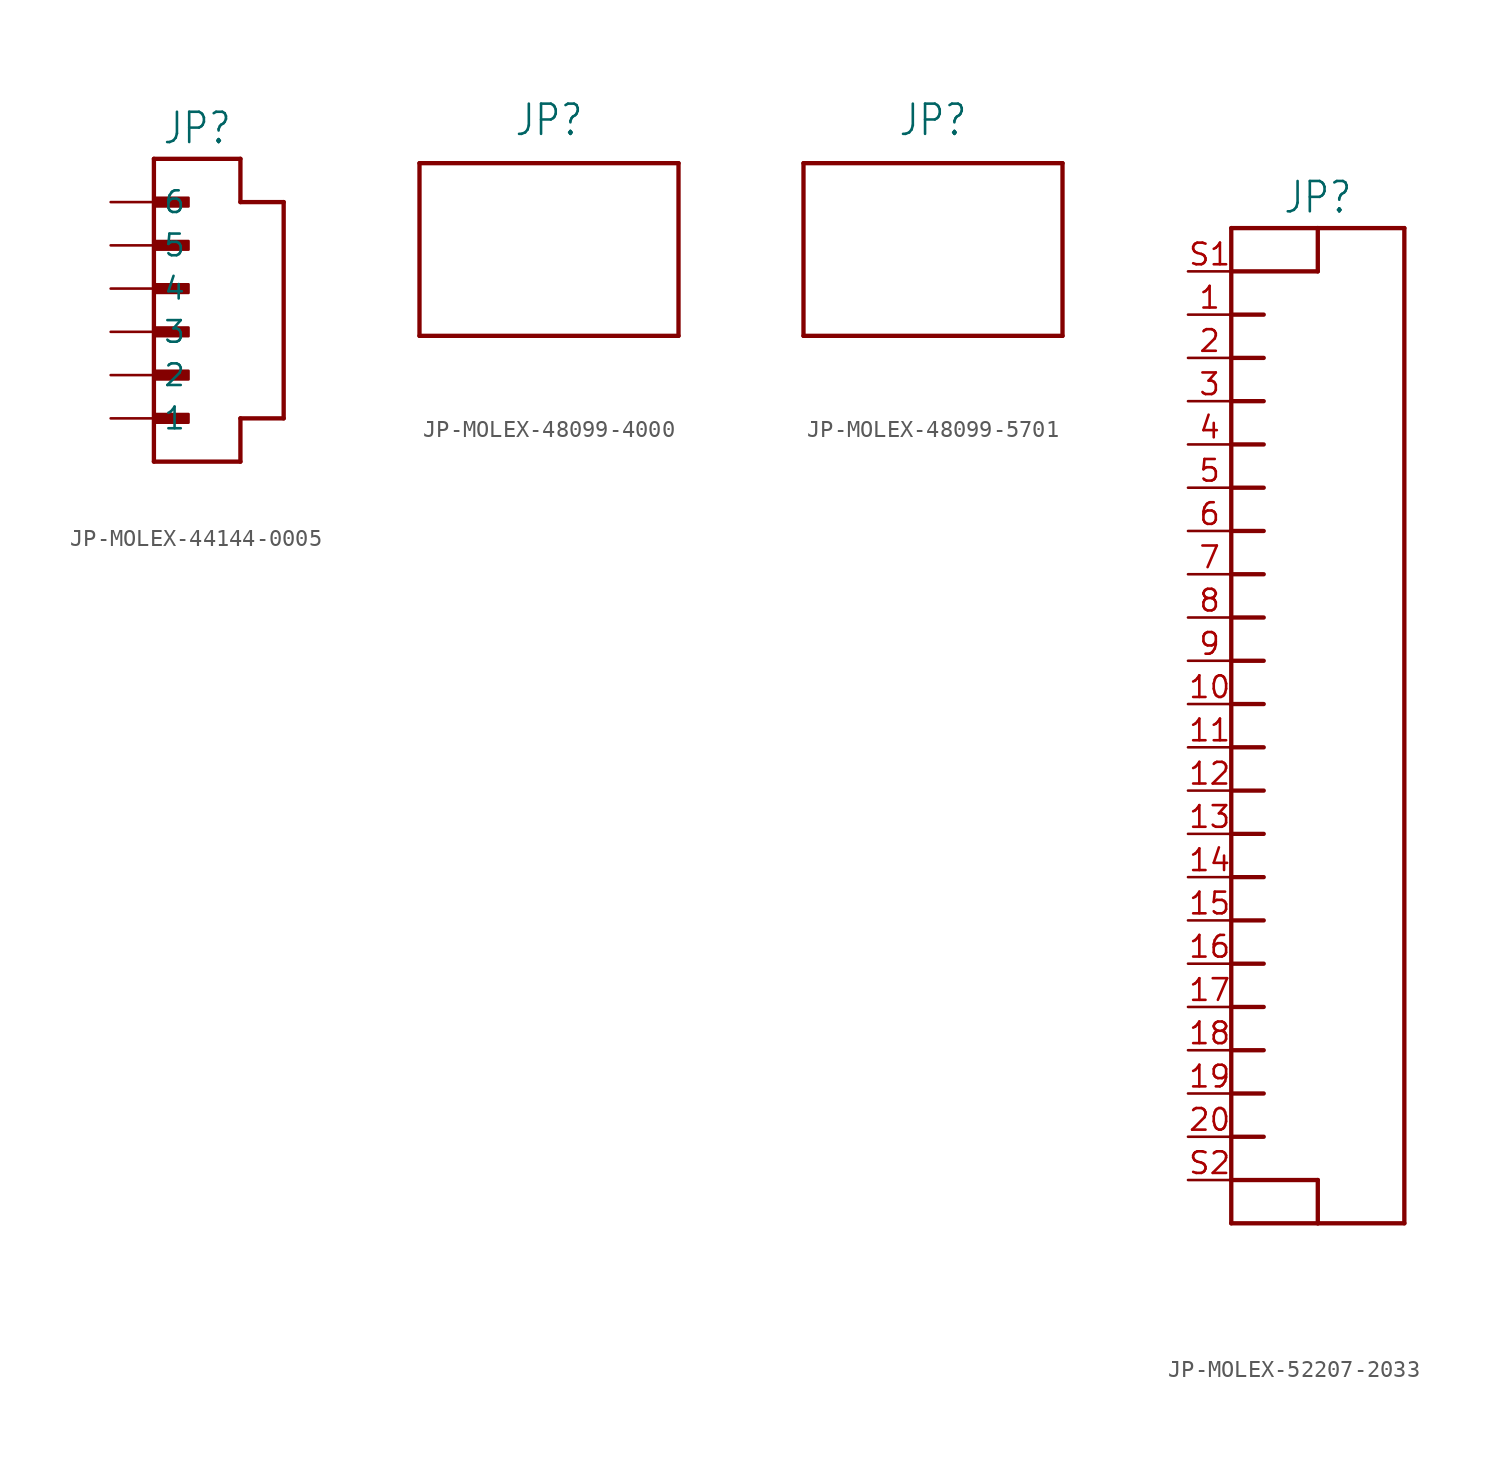
<source format=kicad_sym>
(kicad_symbol_lib
  (version 20231120)
  (generator "kicad_symbol_editor")
  (generator_version "8.0")
  (symbol "JP-MOLEX-44144-0005"
    (property "Reference" "JP"
      (at 2.54 8.382 0)
      (effects (font (size 1.778 1.511)) (justify bottom)))
    (property "Value" ""
      (at 2.54 -10.922 0)
      (effects (font (size 1.778 1.511)) (justify top)))
    (property "ki_locked" ""
      (at 0 0 0)
      (effects (font (size 1.27 1.27))))
    (symbol "JP-MOLEX-44144-0005_1_0"
      (rectangle (start 0 -7.874) (end 2.032 -7.366) (stroke (width 0) (type default)) (fill (type outline)))
      (rectangle (start 0 -5.334) (end 2.032 -4.826) (stroke (width 0) (type default)) (fill (type outline)))
      (rectangle (start 0 -2.794) (end 2.032 -2.286) (stroke (width 0) (type default)) (fill (type outline)))
      (rectangle (start 0 -0.254) (end 2.032 0.254) (stroke (width 0) (type default)) (fill (type outline)))
      (polyline (pts (xy 0 -10.16) (xy 0 7.62)) (stroke (width 0.254) (type solid)) (fill (type none)))
      (polyline (pts (xy 0 7.62) (xy 5.08 7.62)) (stroke (width 0.254) (type solid)) (fill (type none)))
      (polyline (pts (xy 5.08 -10.16) (xy 0 -10.16)) (stroke (width 0.254) (type solid)) (fill (type none)))
      (polyline (pts (xy 5.08 -10.16) (xy 5.08 -7.62)) (stroke (width 0.254) (type solid)) (fill (type none)))
      (polyline (pts (xy 5.08 -7.62) (xy 7.62 -7.62)) (stroke (width 0.254) (type solid)) (fill (type none)))
      (polyline (pts (xy 5.08 5.08) (xy 5.08 7.62)) (stroke (width 0.254) (type solid)) (fill (type none)))
      (polyline (pts (xy 7.62 -7.62) (xy 7.62 5.08)) (stroke (width 0.254) (type solid)) (fill (type none)))
      (polyline (pts (xy 7.62 5.08) (xy 5.08 5.08)) (stroke (width 0.254) (type solid)) (fill (type none)))
      (rectangle (start 0 2.286) (end 2.032 2.794) (stroke (width 0) (type default)) (fill (type outline)))
      (rectangle (start 0 4.826) (end 2.032 5.334) (stroke (width 0) (type default)) (fill (type outline)))
      (pin passive line (at -2.54 -7.62 0) (length 2.54) (name "1" (effects (font (size 1.27 1.27)))) (number "1" (effects (font (size 0 0)))))
      (pin passive line (at -2.54 -5.08 0) (length 2.54) (name "2" (effects (font (size 1.27 1.27)))) (number "2" (effects (font (size 0 0)))))
      (pin passive line (at -2.54 -2.54 0) (length 2.54) (name "3" (effects (font (size 1.27 1.27)))) (number "3" (effects (font (size 0 0)))))
      (pin passive line (at -2.54 0 0) (length 2.54) (name "4" (effects (font (size 1.27 1.27)))) (number "4" (effects (font (size 0 0)))))
      (pin passive line (at -2.54 2.54 0) (length 2.54) (name "5" (effects (font (size 1.27 1.27)))) (number "5" (effects (font (size 0 0)))))
      (pin passive line (at -2.54 5.08 0) (length 2.54) (name "6" (effects (font (size 1.27 1.27)))) (number "6" (effects (font (size 0 0)))))))
  (symbol "JP-MOLEX-48099-4000"
    (property "Reference" "JP"
      (at 0 7.62 0)
      (effects (font (size 1.778 1.511))))
    (property "Value" ""
      (at 0 -7.62 0)
      (effects (font (size 1.778 1.511))))
    (property "ki_locked" ""
      (at 0 0 0)
      (effects (font (size 1.27 1.27))))
    (symbol "JP-MOLEX-48099-4000_1_0"
      (polyline (pts (xy -7.62 -5.08) (xy -7.62 5.08)) (stroke (width 0.254) (type solid)) (fill (type none)))
      (polyline (pts (xy -7.62 5.08) (xy 7.62 5.08)) (stroke (width 0.254) (type solid)) (fill (type none)))
      (polyline (pts (xy 7.62 -5.08) (xy -7.62 -5.08)) (stroke (width 0.254) (type solid)) (fill (type none)))
      (polyline (pts (xy 7.62 5.08) (xy 7.62 -5.08)) (stroke (width 0.254) (type solid)) (fill (type none)))))
  (symbol "JP-MOLEX-48099-5701"
    (property "Reference" "JP"
      (at 0 7.62 0)
      (effects (font (size 1.778 1.511))))
    (property "Value" ""
      (at 0 -7.62 0)
      (effects (font (size 1.778 1.511))))
    (property "ki_locked" ""
      (at 0 0 0)
      (effects (font (size 1.27 1.27))))
    (symbol "JP-MOLEX-48099-5701_1_0"
      (polyline (pts (xy -7.62 -5.08) (xy -7.62 5.08)) (stroke (width 0.254) (type solid)) (fill (type none)))
      (polyline (pts (xy -7.62 5.08) (xy 7.62 5.08)) (stroke (width 0.254) (type solid)) (fill (type none)))
      (polyline (pts (xy 7.62 -5.08) (xy -7.62 -5.08)) (stroke (width 0.254) (type solid)) (fill (type none)))
      (polyline (pts (xy 7.62 5.08) (xy 7.62 -5.08)) (stroke (width 0.254) (type solid)) (fill (type none)))))
  (symbol "JP-MOLEX-52207-2033"
    (property "Reference" "JP"
      (at 2.54 28.702 0)
      (effects (font (size 1.778 1.511)) (justify bottom)))
    (property "Value" ""
      (at 2.54 -31.242 0)
      (effects (font (size 1.778 1.511)) (justify top)))
    (property "ki_locked" ""
      (at 0 0 0)
      (effects (font (size 1.27 1.27))))
    (symbol "JP-MOLEX-52207-2033_1_0"
      (polyline (pts (xy -2.54 -30.48) (xy -2.54 -27.94)) (stroke (width 0.254) (type solid)) (fill (type none)))
      (polyline (pts (xy -2.54 -27.94) (xy -2.54 -25.4)) (stroke (width 0.254) (type solid)) (fill (type none)))
      (polyline (pts (xy -2.54 -27.94) (xy 2.54 -27.94)) (stroke (width 0.254) (type solid)) (fill (type none)))
      (polyline (pts (xy -2.54 -25.4) (xy -2.54 -22.86)) (stroke (width 0.254) (type solid)) (fill (type none)))
      (polyline (pts (xy -2.54 -25.4) (xy -0.635 -25.4)) (stroke (width 0.254) (type solid)) (fill (type none)))
      (polyline (pts (xy -2.54 -22.86) (xy -2.54 -20.32)) (stroke (width 0.254) (type solid)) (fill (type none)))
      (polyline (pts (xy -2.54 -22.86) (xy -0.635 -22.86)) (stroke (width 0.254) (type solid)) (fill (type none)))
      (polyline (pts (xy -2.54 -20.32) (xy -2.54 -17.78)) (stroke (width 0.254) (type solid)) (fill (type none)))
      (polyline (pts (xy -2.54 -20.32) (xy -0.635 -20.32)) (stroke (width 0.254) (type solid)) (fill (type none)))
      (polyline (pts (xy -2.54 -17.78) (xy -2.54 -15.24)) (stroke (width 0.254) (type solid)) (fill (type none)))
      (polyline (pts (xy -2.54 -17.78) (xy -0.635 -17.78)) (stroke (width 0.254) (type solid)) (fill (type none)))
      (polyline (pts (xy -2.54 -15.24) (xy -2.54 -12.7)) (stroke (width 0.254) (type solid)) (fill (type none)))
      (polyline (pts (xy -2.54 -15.24) (xy -0.635 -15.24)) (stroke (width 0.254) (type solid)) (fill (type none)))
      (polyline (pts (xy -2.54 -12.7) (xy -2.54 -10.16)) (stroke (width 0.254) (type solid)) (fill (type none)))
      (polyline (pts (xy -2.54 -12.7) (xy -0.635 -12.7)) (stroke (width 0.254) (type solid)) (fill (type none)))
      (polyline (pts (xy -2.54 -10.16) (xy -2.54 -7.62)) (stroke (width 0.254) (type solid)) (fill (type none)))
      (polyline (pts (xy -2.54 -10.16) (xy -0.635 -10.16)) (stroke (width 0.254) (type solid)) (fill (type none)))
      (polyline (pts (xy -2.54 -7.62) (xy -2.54 -5.08)) (stroke (width 0.254) (type solid)) (fill (type none)))
      (polyline (pts (xy -2.54 -7.62) (xy -0.635 -7.62)) (stroke (width 0.254) (type solid)) (fill (type none)))
      (polyline (pts (xy -2.54 -5.08) (xy -2.54 -2.54)) (stroke (width 0.254) (type solid)) (fill (type none)))
      (polyline (pts (xy -2.54 -5.08) (xy -0.635 -5.08)) (stroke (width 0.254) (type solid)) (fill (type none)))
      (polyline (pts (xy -2.54 -2.54) (xy -2.54 0)) (stroke (width 0.254) (type solid)) (fill (type none)))
      (polyline (pts (xy -2.54 -2.54) (xy -0.635 -2.54)) (stroke (width 0.254) (type solid)) (fill (type none)))
      (polyline (pts (xy -2.54 0) (xy -2.54 2.54)) (stroke (width 0.254) (type solid)) (fill (type none)))
      (polyline (pts (xy -2.54 0) (xy -0.635 0)) (stroke (width 0.254) (type solid)) (fill (type none)))
      (polyline (pts (xy -2.54 2.54) (xy -2.54 5.08)) (stroke (width 0.254) (type solid)) (fill (type none)))
      (polyline (pts (xy -2.54 2.54) (xy -0.635 2.54)) (stroke (width 0.254) (type solid)) (fill (type none)))
      (polyline (pts (xy -2.54 5.08) (xy -2.54 7.62)) (stroke (width 0.254) (type solid)) (fill (type none)))
      (polyline (pts (xy -2.54 5.08) (xy -0.635 5.08)) (stroke (width 0.254) (type solid)) (fill (type none)))
      (polyline (pts (xy -2.54 7.62) (xy -2.54 10.16)) (stroke (width 0.254) (type solid)) (fill (type none)))
      (polyline (pts (xy -2.54 7.62) (xy -0.635 7.62)) (stroke (width 0.254) (type solid)) (fill (type none)))
      (polyline (pts (xy -2.54 10.16) (xy -2.54 12.7)) (stroke (width 0.254) (type solid)) (fill (type none)))
      (polyline (pts (xy -2.54 10.16) (xy -0.635 10.16)) (stroke (width 0.254) (type solid)) (fill (type none)))
      (polyline (pts (xy -2.54 12.7) (xy -2.54 15.24)) (stroke (width 0.254) (type solid)) (fill (type none)))
      (polyline (pts (xy -2.54 12.7) (xy -0.635 12.7)) (stroke (width 0.254) (type solid)) (fill (type none)))
      (polyline (pts (xy -2.54 15.24) (xy -2.54 17.78)) (stroke (width 0.254) (type solid)) (fill (type none)))
      (polyline (pts (xy -2.54 15.24) (xy -0.635 15.24)) (stroke (width 0.254) (type solid)) (fill (type none)))
      (polyline (pts (xy -2.54 17.78) (xy -2.54 20.32)) (stroke (width 0.254) (type solid)) (fill (type none)))
      (polyline (pts (xy -2.54 17.78) (xy -0.635 17.78)) (stroke (width 0.254) (type solid)) (fill (type none)))
      (polyline (pts (xy -2.54 20.32) (xy -2.54 22.86)) (stroke (width 0.254) (type solid)) (fill (type none)))
      (polyline (pts (xy -2.54 20.32) (xy -0.635 20.32)) (stroke (width 0.254) (type solid)) (fill (type none)))
      (polyline (pts (xy -2.54 22.86) (xy -2.54 25.4)) (stroke (width 0.254) (type solid)) (fill (type none)))
      (polyline (pts (xy -2.54 22.86) (xy -0.635 22.86)) (stroke (width 0.254) (type solid)) (fill (type none)))
      (polyline (pts (xy -2.54 25.4) (xy -2.54 27.94)) (stroke (width 0.254) (type solid)) (fill (type none)))
      (polyline (pts (xy -2.54 25.4) (xy 2.54 25.4)) (stroke (width 0.254) (type solid)) (fill (type none)))
      (polyline (pts (xy -2.54 27.94) (xy 2.54 27.94)) (stroke (width 0.254) (type solid)) (fill (type none)))
      (polyline (pts (xy 2.54 -30.48) (xy -2.54 -30.48)) (stroke (width 0.254) (type solid)) (fill (type none)))
      (polyline (pts (xy 2.54 -27.94) (xy 2.54 -30.48)) (stroke (width 0.254) (type solid)) (fill (type none)))
      (polyline (pts (xy 2.54 25.4) (xy 2.54 27.94)) (stroke (width 0.254) (type solid)) (fill (type none)))
      (polyline (pts (xy 2.54 27.94) (xy 7.62 27.94)) (stroke (width 0.254) (type solid)) (fill (type none)))
      (polyline (pts (xy 7.62 -30.48) (xy 2.54 -30.48)) (stroke (width 0.254) (type solid)) (fill (type none)))
      (polyline (pts (xy 7.62 27.94) (xy 7.62 -30.48)) (stroke (width 0.254) (type solid)) (fill (type none)))
      (pin passive line (at -5.08 22.86 0) (length 2.54) (name "1" (effects (font (size 0 0)))) (number "1" (effects (font (size 1.27 1.27)))))
      (pin passive line (at -5.08 0 0) (length 2.54) (name "10" (effects (font (size 0 0)))) (number "10" (effects (font (size 1.27 1.27)))))
      (pin passive line (at -5.08 -2.54 0) (length 2.54) (name "11" (effects (font (size 0 0)))) (number "11" (effects (font (size 1.27 1.27)))))
      (pin passive line (at -5.08 -5.08 0) (length 2.54) (name "12" (effects (font (size 0 0)))) (number "12" (effects (font (size 1.27 1.27)))))
      (pin passive line (at -5.08 -7.62 0) (length 2.54) (name "13" (effects (font (size 0 0)))) (number "13" (effects (font (size 1.27 1.27)))))
      (pin passive line (at -5.08 -10.16 0) (length 2.54) (name "14" (effects (font (size 0 0)))) (number "14" (effects (font (size 1.27 1.27)))))
      (pin passive line (at -5.08 -12.7 0) (length 2.54) (name "15" (effects (font (size 0 0)))) (number "15" (effects (font (size 1.27 1.27)))))
      (pin passive line (at -5.08 -15.24 0) (length 2.54) (name "16" (effects (font (size 0 0)))) (number "16" (effects (font (size 1.27 1.27)))))
      (pin passive line (at -5.08 -17.78 0) (length 2.54) (name "17" (effects (font (size 0 0)))) (number "17" (effects (font (size 1.27 1.27)))))
      (pin passive line (at -5.08 -20.32 0) (length 2.54) (name "18" (effects (font (size 0 0)))) (number "18" (effects (font (size 1.27 1.27)))))
      (pin passive line (at -5.08 -22.86 0) (length 2.54) (name "19" (effects (font (size 0 0)))) (number "19" (effects (font (size 1.27 1.27)))))
      (pin passive line (at -5.08 20.32 0) (length 2.54) (name "2" (effects (font (size 0 0)))) (number "2" (effects (font (size 1.27 1.27)))))
      (pin passive line (at -5.08 -25.4 0) (length 2.54) (name "20" (effects (font (size 0 0)))) (number "20" (effects (font (size 1.27 1.27)))))
      (pin passive line (at -5.08 17.78 0) (length 2.54) (name "3" (effects (font (size 0 0)))) (number "3" (effects (font (size 1.27 1.27)))))
      (pin passive line (at -5.08 15.24 0) (length 2.54) (name "4" (effects (font (size 0 0)))) (number "4" (effects (font (size 1.27 1.27)))))
      (pin passive line (at -5.08 12.7 0) (length 2.54) (name "5" (effects (font (size 0 0)))) (number "5" (effects (font (size 1.27 1.27)))))
      (pin passive line (at -5.08 10.16 0) (length 2.54) (name "6" (effects (font (size 0 0)))) (number "6" (effects (font (size 1.27 1.27)))))
      (pin passive line (at -5.08 7.62 0) (length 2.54) (name "7" (effects (font (size 0 0)))) (number "7" (effects (font (size 1.27 1.27)))))
      (pin passive line (at -5.08 5.08 0) (length 2.54) (name "8" (effects (font (size 0 0)))) (number "8" (effects (font (size 1.27 1.27)))))
      (pin passive line (at -5.08 2.54 0) (length 2.54) (name "9" (effects (font (size 0 0)))) (number "9" (effects (font (size 1.27 1.27)))))
      (pin passive line (at -5.08 25.4 0) (length 2.54) (name "S1" (effects (font (size 0 0)))) (number "S1" (effects (font (size 1.27 1.27)))))
      (pin passive line (at -5.08 -27.94 0) (length 2.54) (name "S2" (effects (font (size 0 0)))) (number "S2" (effects (font (size 1.27 1.27))))))))
</source>
